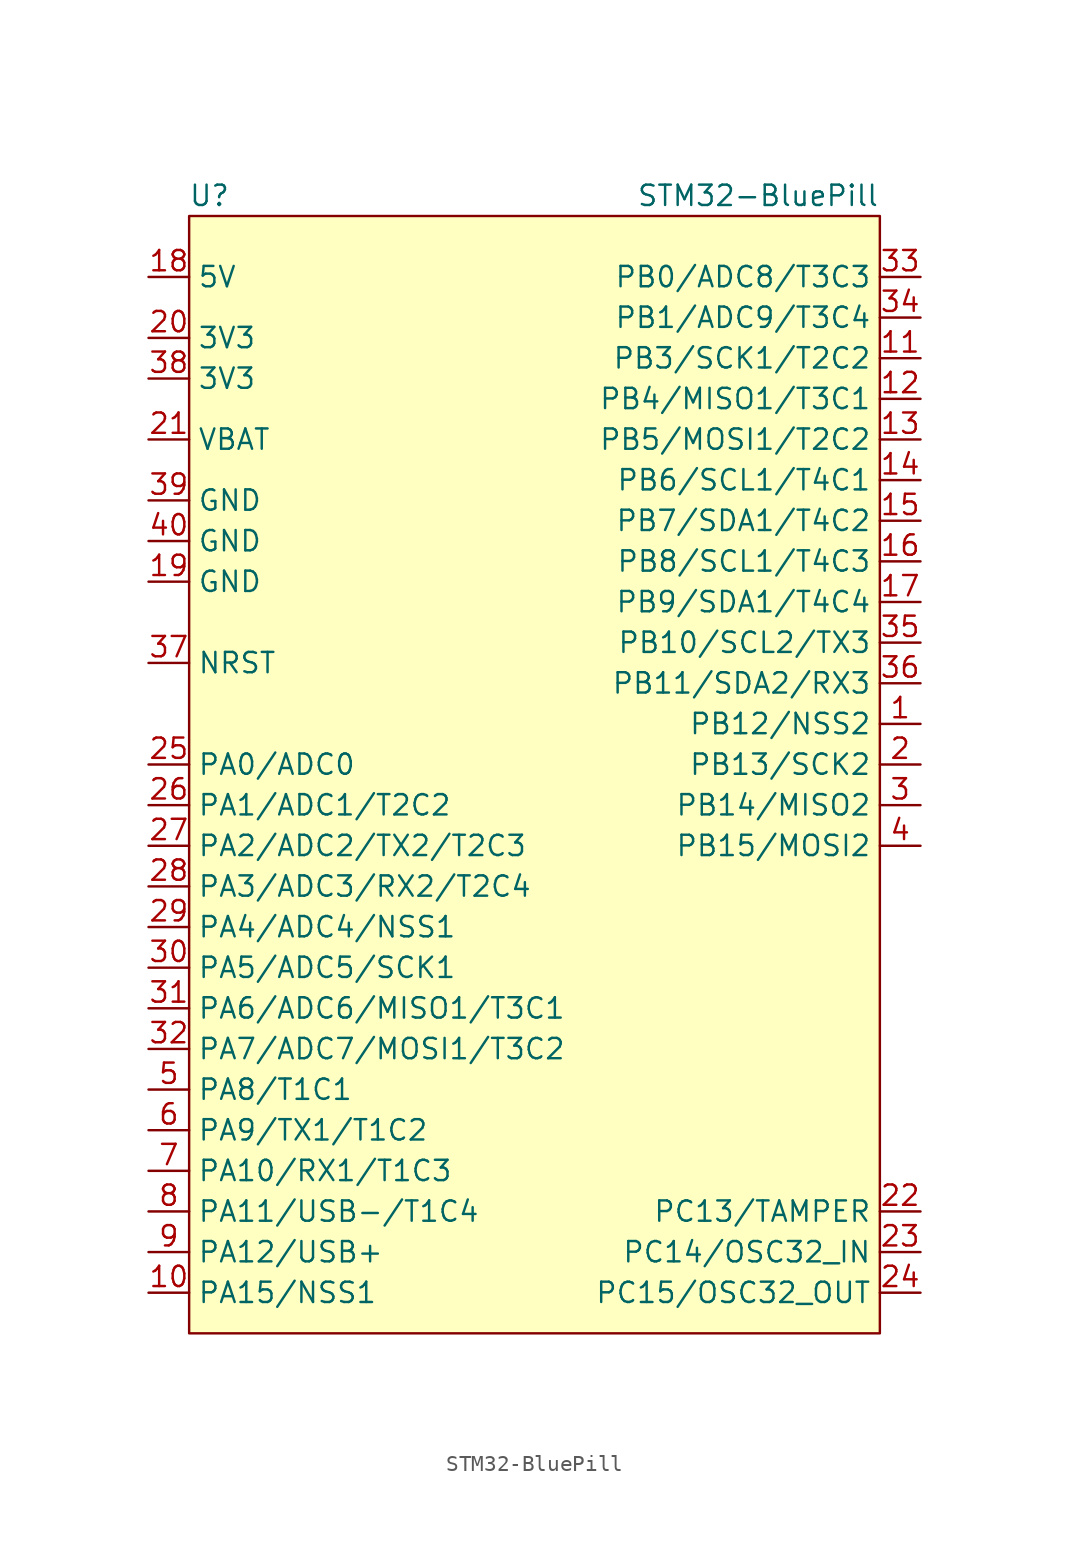
<source format=kicad_sym>
(kicad_symbol_lib
  (version 20211014)
  (generator kicad_symbol_editor)
  (symbol "STM32-BluePill"
    (property "Reference" "U"
      (at -20.32 35.56 0)
      (effects (font (size 1.27 1.27))))
    (property "Value" "STM32-BluePill"
      (at 13.97 35.56 0)
      (effects (font (size 1.27 1.27))))
    (symbol "STM32-BluePill_0_1"
      (rectangle (start -21.59 34.29) (end 21.59 -35.56) (stroke (width 0) (type default) (color 0 0 0 0)) (fill (type background))))
    (symbol "STM32-BluePill_1_1"
      (pin bidirectional line (at 24.13 2.54 180) (length 2.54) (name "PB12/NSS2" (effects (font (size 1.27 1.27)))) (number "1" (effects (font (size 1.27 1.27)))))
      (pin bidirectional line (at -24.13 -33.02 0) (length 2.54) (name "PA15/NSS1" (effects (font (size 1.27 1.27)))) (number "10" (effects (font (size 1.27 1.27)))))
      (pin bidirectional line (at 24.13 25.4 180) (length 2.54) (name "PB3/SCK1/T2C2" (effects (font (size 1.27 1.27)))) (number "11" (effects (font (size 1.27 1.27)))))
      (pin bidirectional line (at 24.13 22.86 180) (length 2.54) (name "PB4/MISO1/T3C1" (effects (font (size 1.27 1.27)))) (number "12" (effects (font (size 1.27 1.27)))))
      (pin bidirectional line (at 24.13 20.32 180) (length 2.54) (name "PB5/MOSI1/T2C2" (effects (font (size 1.27 1.27)))) (number "13" (effects (font (size 1.27 1.27)))))
      (pin bidirectional line (at 24.13 17.78 180) (length 2.54) (name "PB6/SCL1/T4C1" (effects (font (size 1.27 1.27)))) (number "14" (effects (font (size 1.27 1.27)))))
      (pin bidirectional line (at 24.13 15.24 180) (length 2.54) (name "PB7/SDA1/T4C2" (effects (font (size 1.27 1.27)))) (number "15" (effects (font (size 1.27 1.27)))))
      (pin bidirectional line (at 24.13 12.7 180) (length 2.54) (name "PB8/SCL1/T4C3" (effects (font (size 1.27 1.27)))) (number "16" (effects (font (size 1.27 1.27)))))
      (pin bidirectional line (at 24.13 10.16 180) (length 2.54) (name "PB9/SDA1/T4C4" (effects (font (size 1.27 1.27)))) (number "17" (effects (font (size 1.27 1.27)))))
      (pin input line (at -24.13 30.48 0) (length 2.54) (name "5V" (effects (font (size 1.27 1.27)))) (number "18" (effects (font (size 1.27 1.27)))))
      (pin input line (at -24.13 11.43 0) (length 2.54) (name "GND" (effects (font (size 1.27 1.27)))) (number "19" (effects (font (size 1.27 1.27)))))
      (pin bidirectional line (at 24.13 0 180) (length 2.54) (name "PB13/SCK2" (effects (font (size 1.27 1.27)))) (number "2" (effects (font (size 1.27 1.27)))))
      (pin input line (at -24.13 26.67 0) (length 2.54) (name "3V3" (effects (font (size 1.27 1.27)))) (number "20" (effects (font (size 1.27 1.27)))))
      (pin input line (at -24.13 20.32 0) (length 2.54) (name "VBAT" (effects (font (size 1.27 1.27)))) (number "21" (effects (font (size 1.27 1.27)))))
      (pin bidirectional line (at 24.13 -27.94 180) (length 2.54) (name "PC13/TAMPER" (effects (font (size 1.27 1.27)))) (number "22" (effects (font (size 1.27 1.27)))))
      (pin bidirectional line (at 24.13 -30.48 180) (length 2.54) (name "PC14/OSC32_IN" (effects (font (size 1.27 1.27)))) (number "23" (effects (font (size 1.27 1.27)))))
      (pin bidirectional line (at 24.13 -33.02 180) (length 2.54) (name "PC15/OSC32_OUT" (effects (font (size 1.27 1.27)))) (number "24" (effects (font (size 1.27 1.27)))))
      (pin bidirectional line (at -24.13 0 0) (length 2.54) (name "PA0/ADC0" (effects (font (size 1.27 1.27)))) (number "25" (effects (font (size 1.27 1.27)))))
      (pin bidirectional line (at -24.13 -2.54 0) (length 2.54) (name "PA1/ADC1/T2C2" (effects (font (size 1.27 1.27)))) (number "26" (effects (font (size 1.27 1.27)))))
      (pin bidirectional line (at -24.13 -5.08 0) (length 2.54) (name "PA2/ADC2/TX2/T2C3" (effects (font (size 1.27 1.27)))) (number "27" (effects (font (size 1.27 1.27)))))
      (pin bidirectional line (at -24.13 -7.62 0) (length 2.54) (name "PA3/ADC3/RX2/T2C4" (effects (font (size 1.27 1.27)))) (number "28" (effects (font (size 1.27 1.27)))))
      (pin bidirectional line (at -24.13 -10.16 0) (length 2.54) (name "PA4/ADC4/NSS1" (effects (font (size 1.27 1.27)))) (number "29" (effects (font (size 1.27 1.27)))))
      (pin bidirectional line (at 24.13 -2.54 180) (length 2.54) (name "PB14/MISO2" (effects (font (size 1.27 1.27)))) (number "3" (effects (font (size 1.27 1.27)))))
      (pin bidirectional line (at -24.13 -12.7 0) (length 2.54) (name "PA5/ADC5/SCK1" (effects (font (size 1.27 1.27)))) (number "30" (effects (font (size 1.27 1.27)))))
      (pin bidirectional line (at -24.13 -15.24 0) (length 2.54) (name "PA6/ADC6/MISO1/T3C1" (effects (font (size 1.27 1.27)))) (number "31" (effects (font (size 1.27 1.27)))))
      (pin bidirectional line (at -24.13 -17.78 0) (length 2.54) (name "PA7/ADC7/MOSI1/T3C2" (effects (font (size 1.27 1.27)))) (number "32" (effects (font (size 1.27 1.27)))))
      (pin bidirectional line (at 24.13 30.48 180) (length 2.54) (name "PB0/ADC8/T3C3" (effects (font (size 1.27 1.27)))) (number "33" (effects (font (size 1.27 1.27)))))
      (pin bidirectional line (at 24.13 27.94 180) (length 2.54) (name "PB1/ADC9/T3C4" (effects (font (size 1.27 1.27)))) (number "34" (effects (font (size 1.27 1.27)))))
      (pin bidirectional line (at 24.13 7.62 180) (length 2.54) (name "PB10/SCL2/TX3" (effects (font (size 1.27 1.27)))) (number "35" (effects (font (size 1.27 1.27)))))
      (pin bidirectional line (at 24.13 5.08 180) (length 2.54) (name "PB11/SDA2/RX3" (effects (font (size 1.27 1.27)))) (number "36" (effects (font (size 1.27 1.27)))))
      (pin input line (at -24.13 6.35 0) (length 2.54) (name "NRST" (effects (font (size 1.27 1.27)))) (number "37" (effects (font (size 1.27 1.27)))))
      (pin input line (at -24.13 24.13 0) (length 2.54) (name "3V3" (effects (font (size 1.27 1.27)))) (number "38" (effects (font (size 1.27 1.27)))))
      (pin input line (at -24.13 16.51 0) (length 2.54) (name "GND" (effects (font (size 1.27 1.27)))) (number "39" (effects (font (size 1.27 1.27)))))
      (pin bidirectional line (at 24.13 -5.08 180) (length 2.54) (name "PB15/MOSI2" (effects (font (size 1.27 1.27)))) (number "4" (effects (font (size 1.27 1.27)))))
      (pin input line (at -24.13 13.97 0) (length 2.54) (name "GND" (effects (font (size 1.27 1.27)))) (number "40" (effects (font (size 1.27 1.27)))))
      (pin bidirectional line (at -24.13 -20.32 0) (length 2.54) (name "PA8/T1C1" (effects (font (size 1.27 1.27)))) (number "5" (effects (font (size 1.27 1.27)))))
      (pin bidirectional line (at -24.13 -22.86 0) (length 2.54) (name "PA9/TX1/T1C2" (effects (font (size 1.27 1.27)))) (number "6" (effects (font (size 1.27 1.27)))))
      (pin bidirectional line (at -24.13 -25.4 0) (length 2.54) (name "PA10/RX1/T1C3" (effects (font (size 1.27 1.27)))) (number "7" (effects (font (size 1.27 1.27)))))
      (pin bidirectional line (at -24.13 -27.94 0) (length 2.54) (name "PA11/USB-/T1C4" (effects (font (size 1.27 1.27)))) (number "8" (effects (font (size 1.27 1.27)))))
      (pin bidirectional line (at -24.13 -30.48 0) (length 2.54) (name "PA12/USB+" (effects (font (size 1.27 1.27)))) (number "9" (effects (font (size 1.27 1.27))))))))
</source>
